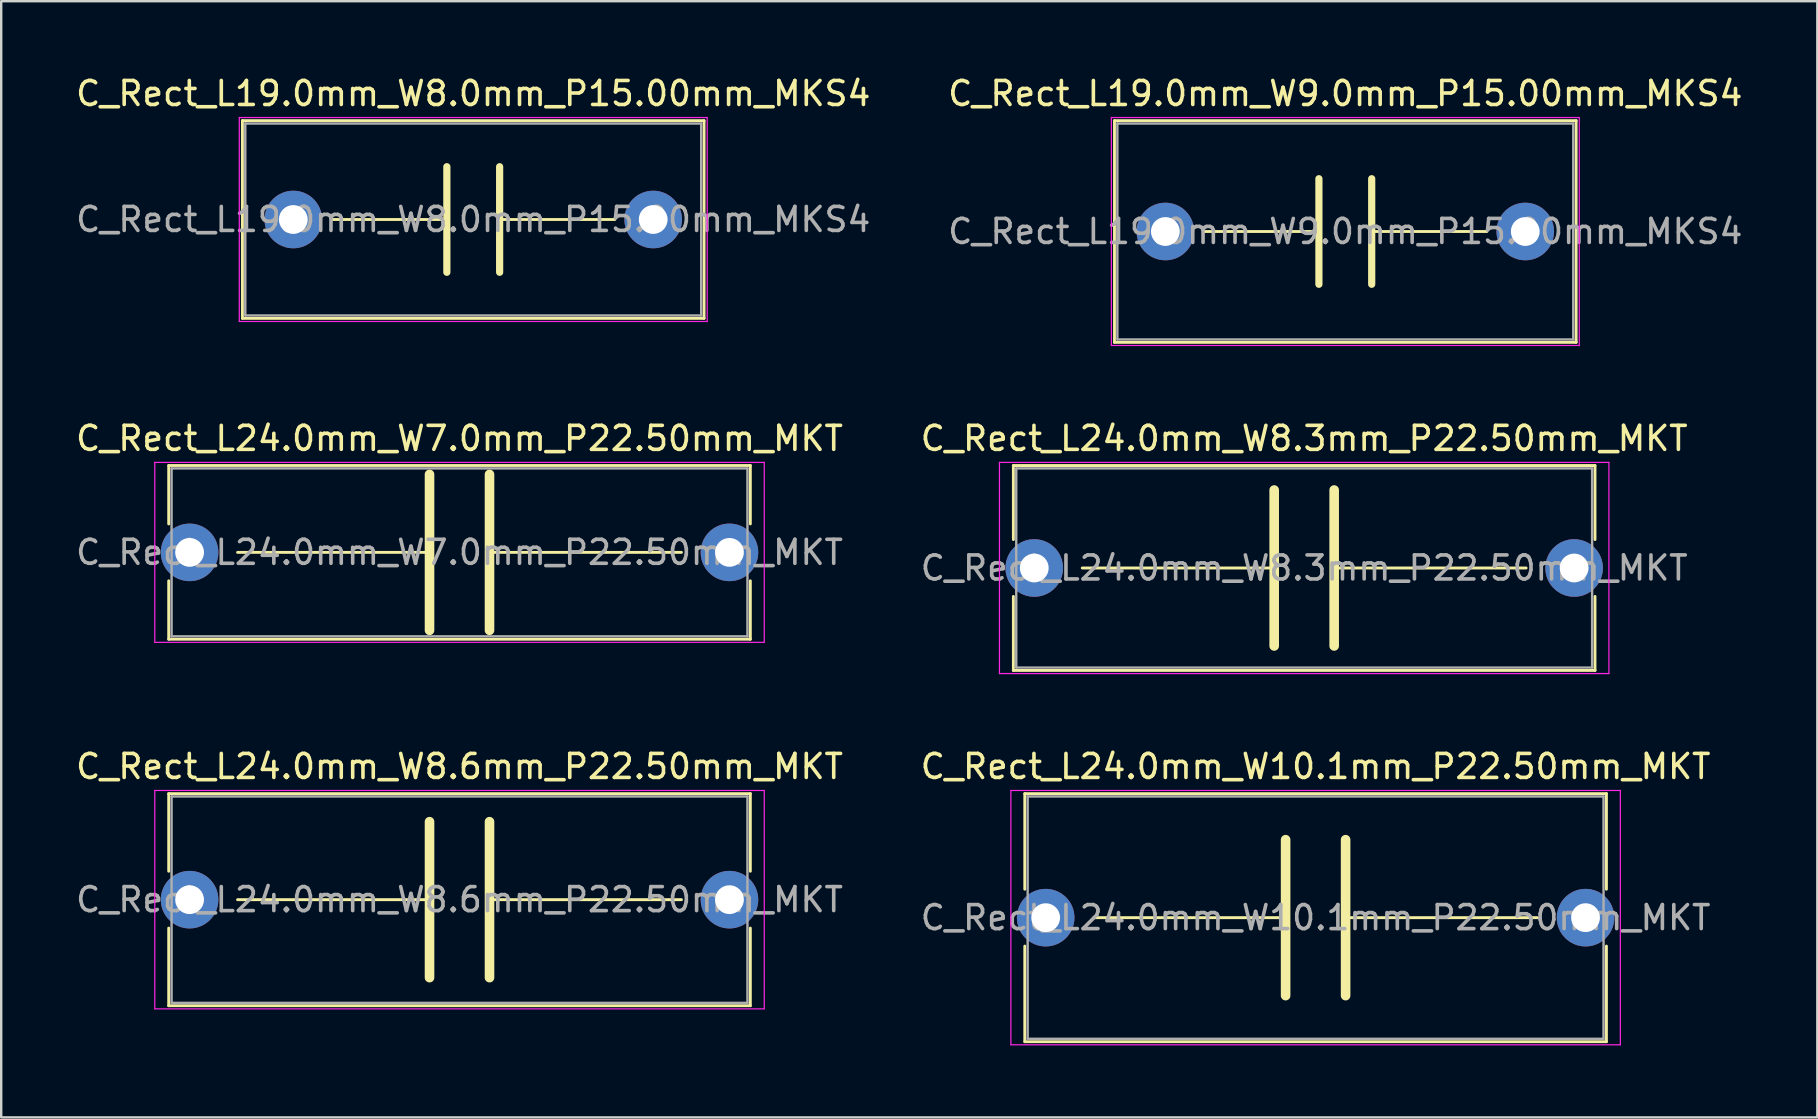
<source format=kicad_pcb>
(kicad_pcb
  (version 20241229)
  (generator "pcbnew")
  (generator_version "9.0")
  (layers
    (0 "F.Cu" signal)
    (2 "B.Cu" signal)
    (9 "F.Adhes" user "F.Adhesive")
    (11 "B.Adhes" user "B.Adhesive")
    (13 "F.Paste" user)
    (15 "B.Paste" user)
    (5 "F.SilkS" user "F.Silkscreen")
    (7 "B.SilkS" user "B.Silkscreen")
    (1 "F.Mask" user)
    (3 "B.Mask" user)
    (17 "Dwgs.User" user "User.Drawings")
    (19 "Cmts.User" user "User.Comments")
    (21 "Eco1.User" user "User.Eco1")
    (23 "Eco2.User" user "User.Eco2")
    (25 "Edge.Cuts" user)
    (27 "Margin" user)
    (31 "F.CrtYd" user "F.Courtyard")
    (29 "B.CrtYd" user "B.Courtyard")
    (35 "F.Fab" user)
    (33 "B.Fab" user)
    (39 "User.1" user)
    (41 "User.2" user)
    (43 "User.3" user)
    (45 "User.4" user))
  (footprint "C_Rect_L24.0mm_W7.0mm_P22.50mm_MKT"
    (layer "F.Cu")
    (at 4.851 19.971)
    (property "Reference" "C_Rect_L24.0mm_W7.0mm_P22.50mm_MKT" (at 11.25 -4.75 0) (layer "F.SilkS") (effects (font (size 1 1) (thickness 0.15))))
    (attr through_hole)
    (fp_line (start -0.87 -3.62) (end -0.87 -1.185) (stroke (width 0.12) (type solid)) (layer "F.SilkS"))
    (fp_line (start -0.87 -3.62) (end 23.37 -3.62) (stroke (width 0.12) (type solid)) (layer "F.SilkS"))
    (fp_line (start -0.87 1.185) (end -0.87 3.62) (stroke (width 0.12) (type solid)) (layer "F.SilkS"))
    (fp_line (start -0.87 3.62) (end 23.37 3.62) (stroke (width 0.12) (type solid)) (layer "F.SilkS"))
    (fp_line (start 2 0) (end 10 0) (stroke (width 0.12) (type solid)) (layer "F.SilkS"))
    (fp_line (start 10 -3.25) (end 10 3.25) (stroke (width 0.4) (type solid)) (layer "F.SilkS"))
    (fp_line (start 12.5 -3.25) (end 12.5 3.25) (stroke (width 0.4) (type solid)) (layer "F.SilkS"))
    (fp_line (start 12.5 0) (end 20.5 0) (stroke (width 0.12) (type solid)) (layer "F.SilkS"))
    (fp_line (start 23.37 -3.62) (end 23.37 -1.185) (stroke (width 0.12) (type solid)) (layer "F.SilkS"))
    (fp_line (start 23.37 1.185) (end 23.37 3.62) (stroke (width 0.12) (type solid)) (layer "F.SilkS"))
    (fp_line (start -1.45 -3.75) (end -1.45 3.75) (stroke (width 0.05) (type solid)) (layer "F.CrtYd"))
    (fp_line (start -1.45 3.75) (end 23.95 3.75) (stroke (width 0.05) (type solid)) (layer "F.CrtYd"))
    (fp_line (start 23.95 -3.75) (end -1.45 -3.75) (stroke (width 0.05) (type solid)) (layer "F.CrtYd"))
    (fp_line (start 23.95 3.75) (end 23.95 -3.75) (stroke (width 0.05) (type solid)) (layer "F.CrtYd"))
    (fp_line (start -0.75 -3.5) (end -0.75 3.5) (stroke (width 0.1) (type solid)) (layer "F.Fab"))
    (fp_line (start -0.75 3.5) (end 23.25 3.5) (stroke (width 0.1) (type solid)) (layer "F.Fab"))
    (fp_line (start 23.25 -3.5) (end -0.75 -3.5) (stroke (width 0.1) (type solid)) (layer "F.Fab"))
    (fp_line (start 23.25 3.5) (end 23.25 -3.5) (stroke (width 0.1) (type solid)) (layer "F.Fab"))
    (fp_text user "${REFERENCE}" (at 11.25 0 0) (layer "F.Fab") (effects (font (size 1 1) (thickness 0.15))))
    (pad "1" thru_hole circle (at 0 0) (size 2.4 2.4) (drill 1.2) (layers "*.Cu" "*.Mask"))
    (pad "2" thru_hole circle (at 22.5 0) (size 2.4 2.4) (drill 1.2) (layers "*.Cu" "*.Mask")))
  (footprint "C_Rect_L19.0mm_W9.0mm_P15.00mm_MKS4"
    (layer "F.Cu")
    (at 45.518 6.598)
    (property "Reference" "C_Rect_L19.0mm_W9.0mm_P15.00mm_MKS4" (at 7.5 -5.75 0) (layer "F.SilkS") (effects (font (size 1 1) (thickness 0.15))))
    (attr through_hole)
    (fp_line (start -2.12 -4.62) (end -2.12 4.62) (stroke (width 0.12) (type solid)) (layer "F.SilkS"))
    (fp_line (start -2.12 -4.62) (end 17.12 -4.62) (stroke (width 0.12) (type solid)) (layer "F.SilkS"))
    (fp_line (start -2.12 4.62) (end 17.12 4.62) (stroke (width 0.12) (type solid)) (layer "F.SilkS"))
    (fp_line (start 1.6 0) (end 6.4 0) (stroke (width 0.12) (type solid)) (layer "F.SilkS"))
    (fp_line (start 6.4 -2.2) (end 6.4 2.2) (stroke (width 0.3) (type solid)) (layer "F.SilkS"))
    (fp_line (start 8.6 -2.2) (end 8.6 2.2) (stroke (width 0.3) (type solid)) (layer "F.SilkS"))
    (fp_line (start 8.6 0) (end 13.4 0) (stroke (width 0.12) (type solid)) (layer "F.SilkS"))
    (fp_line (start 17.12 -4.62) (end 17.12 4.62) (stroke (width 0.12) (type solid)) (layer "F.SilkS"))
    (fp_line (start -2.25 -4.75) (end -2.25 4.75) (stroke (width 0.05) (type solid)) (layer "F.CrtYd"))
    (fp_line (start -2.25 4.75) (end 17.25 4.75) (stroke (width 0.05) (type solid)) (layer "F.CrtYd"))
    (fp_line (start 17.25 -4.75) (end -2.25 -4.75) (stroke (width 0.05) (type solid)) (layer "F.CrtYd"))
    (fp_line (start 17.25 4.75) (end 17.25 -4.75) (stroke (width 0.05) (type solid)) (layer "F.CrtYd"))
    (fp_line (start -2 -4.5) (end -2 4.5) (stroke (width 0.1) (type solid)) (layer "F.Fab"))
    (fp_line (start -2 4.5) (end 17 4.5) (stroke (width 0.1) (type solid)) (layer "F.Fab"))
    (fp_line (start 17 -4.5) (end -2 -4.5) (stroke (width 0.1) (type solid)) (layer "F.Fab"))
    (fp_line (start 17 4.5) (end 17 -4.5) (stroke (width 0.1) (type solid)) (layer "F.Fab"))
    (fp_text user "${REFERENCE}" (at 7.5 0 0) (layer "F.Fab") (effects (font (size 1 1) (thickness 0.15))))
    (pad "1" thru_hole circle (at 0 0) (size 2.4 2.4) (drill 1.2) (layers "*.Cu" "*.Mask"))
    (pad "2" thru_hole circle (at 15 0) (size 2.4 2.4) (drill 1.2) (layers "*.Cu" "*.Mask")))
  (footprint "C_Rect_L24.0mm_W10.1mm_P22.50mm_MKT"
    (layer "F.Cu")
    (at 40.53 35.195)
    (property "Reference" "C_Rect_L24.0mm_W10.1mm_P22.50mm_MKT" (at 11.25 -6.3 0) (layer "F.SilkS") (effects (font (size 1 1) (thickness 0.15))))
    (attr through_hole)
    (fp_line (start -0.87 -5.17) (end -0.87 -1.185) (stroke (width 0.12) (type solid)) (layer "F.SilkS"))
    (fp_line (start -0.87 -5.17) (end 23.37 -5.17) (stroke (width 0.12) (type solid)) (layer "F.SilkS"))
    (fp_line (start -0.87 1.185) (end -0.87 5.17) (stroke (width 0.12) (type solid)) (layer "F.SilkS"))
    (fp_line (start -0.87 5.17) (end 23.37 5.17) (stroke (width 0.12) (type solid)) (layer "F.SilkS"))
    (fp_line (start 2 0) (end 10 0) (stroke (width 0.12) (type solid)) (layer "F.SilkS"))
    (fp_line (start 10 -3.25) (end 10 3.25) (stroke (width 0.4) (type solid)) (layer "F.SilkS"))
    (fp_line (start 12.5 -3.25) (end 12.5 3.25) (stroke (width 0.4) (type solid)) (layer "F.SilkS"))
    (fp_line (start 12.5 0) (end 20.5 0) (stroke (width 0.12) (type solid)) (layer "F.SilkS"))
    (fp_line (start 23.37 -5.17) (end 23.37 -1.185) (stroke (width 0.12) (type solid)) (layer "F.SilkS"))
    (fp_line (start 23.37 1.185) (end 23.37 5.17) (stroke (width 0.12) (type solid)) (layer "F.SilkS"))
    (fp_line (start -1.45 -5.3) (end -1.45 5.3) (stroke (width 0.05) (type solid)) (layer "F.CrtYd"))
    (fp_line (start -1.45 5.3) (end 23.95 5.3) (stroke (width 0.05) (type solid)) (layer "F.CrtYd"))
    (fp_line (start 23.95 -5.3) (end -1.45 -5.3) (stroke (width 0.05) (type solid)) (layer "F.CrtYd"))
    (fp_line (start 23.95 5.3) (end 23.95 -5.3) (stroke (width 0.05) (type solid)) (layer "F.CrtYd"))
    (fp_line (start -0.75 -5.05) (end -0.75 5.05) (stroke (width 0.1) (type solid)) (layer "F.Fab"))
    (fp_line (start -0.75 5.05) (end 23.25 5.05) (stroke (width 0.1) (type solid)) (layer "F.Fab"))
    (fp_line (start 23.25 -5.05) (end -0.75 -5.05) (stroke (width 0.1) (type solid)) (layer "F.Fab"))
    (fp_line (start 23.25 5.05) (end 23.25 -5.05) (stroke (width 0.1) (type solid)) (layer "F.Fab"))
    (fp_text user "${REFERENCE}" (at 11.25 0 0) (layer "F.Fab") (effects (font (size 1 1) (thickness 0.15))))
    (pad "1" thru_hole circle (at 0 0) (size 2.4 2.4) (drill 1.2) (layers "*.Cu" "*.Mask"))
    (pad "2" thru_hole circle (at 22.5 0) (size 2.4 2.4) (drill 1.2) (layers "*.Cu" "*.Mask")))
  (footprint "C_Rect_L24.0mm_W8.6mm_P22.50mm_MKT"
    (layer "F.Cu")
    (at 4.851 34.445)
    (property "Reference" "C_Rect_L24.0mm_W8.6mm_P22.50mm_MKT" (at 11.25 -5.55 0) (layer "F.SilkS") (effects (font (size 1 1) (thickness 0.15))))
    (attr through_hole)
    (fp_line (start -0.87 -4.42) (end -0.87 -1.185) (stroke (width 0.12) (type solid)) (layer "F.SilkS"))
    (fp_line (start -0.87 -4.42) (end 23.37 -4.42) (stroke (width 0.12) (type solid)) (layer "F.SilkS"))
    (fp_line (start -0.87 1.185) (end -0.87 4.42) (stroke (width 0.12) (type solid)) (layer "F.SilkS"))
    (fp_line (start -0.87 4.42) (end 23.37 4.42) (stroke (width 0.12) (type solid)) (layer "F.SilkS"))
    (fp_line (start 2 0) (end 10 0) (stroke (width 0.12) (type solid)) (layer "F.SilkS"))
    (fp_line (start 10 -3.25) (end 10 3.25) (stroke (width 0.4) (type solid)) (layer "F.SilkS"))
    (fp_line (start 12.5 -3.25) (end 12.5 3.25) (stroke (width 0.4) (type solid)) (layer "F.SilkS"))
    (fp_line (start 12.5 0) (end 20.5 0) (stroke (width 0.12) (type solid)) (layer "F.SilkS"))
    (fp_line (start 23.37 -4.42) (end 23.37 -1.185) (stroke (width 0.12) (type solid)) (layer "F.SilkS"))
    (fp_line (start 23.37 1.185) (end 23.37 4.42) (stroke (width 0.12) (type solid)) (layer "F.SilkS"))
    (fp_line (start -1.45 -4.55) (end -1.45 4.55) (stroke (width 0.05) (type solid)) (layer "F.CrtYd"))
    (fp_line (start -1.45 4.55) (end 23.95 4.55) (stroke (width 0.05) (type solid)) (layer "F.CrtYd"))
    (fp_line (start 23.95 -4.55) (end -1.45 -4.55) (stroke (width 0.05) (type solid)) (layer "F.CrtYd"))
    (fp_line (start 23.95 4.55) (end 23.95 -4.55) (stroke (width 0.05) (type solid)) (layer "F.CrtYd"))
    (fp_line (start -0.75 -4.3) (end -0.75 4.3) (stroke (width 0.1) (type solid)) (layer "F.Fab"))
    (fp_line (start -0.75 4.3) (end 23.25 4.3) (stroke (width 0.1) (type solid)) (layer "F.Fab"))
    (fp_line (start 23.25 -4.3) (end -0.75 -4.3) (stroke (width 0.1) (type solid)) (layer "F.Fab"))
    (fp_line (start 23.25 4.3) (end 23.25 -4.3) (stroke (width 0.1) (type solid)) (layer "F.Fab"))
    (fp_text user "${REFERENCE}" (at 11.25 0 0) (layer "F.Fab") (effects (font (size 1 1) (thickness 0.15))))
    (pad "1" thru_hole circle (at 0 0) (size 2.4 2.4) (drill 1.2) (layers "*.Cu" "*.Mask"))
    (pad "2" thru_hole circle (at 22.5 0) (size 2.4 2.4) (drill 1.2) (layers "*.Cu" "*.Mask")))
  (footprint "C_Rect_L24.0mm_W8.3mm_P22.50mm_MKT"
    (layer "F.Cu")
    (at 40.054 20.622)
    (property "Reference" "C_Rect_L24.0mm_W8.3mm_P22.50mm_MKT" (at 11.25 -5.4 0) (layer "F.SilkS") (effects (font (size 1 1) (thickness 0.15))))
    (attr through_hole)
    (fp_line (start -0.87 -4.27) (end -0.87 -1.185) (stroke (width 0.12) (type solid)) (layer "F.SilkS"))
    (fp_line (start -0.87 -4.27) (end 23.37 -4.27) (stroke (width 0.12) (type solid)) (layer "F.SilkS"))
    (fp_line (start -0.87 1.185) (end -0.87 4.27) (stroke (width 0.12) (type solid)) (layer "F.SilkS"))
    (fp_line (start -0.87 4.27) (end 23.37 4.27) (stroke (width 0.12) (type solid)) (layer "F.SilkS"))
    (fp_line (start 2 0) (end 10 0) (stroke (width 0.12) (type solid)) (layer "F.SilkS"))
    (fp_line (start 10 -3.25) (end 10 3.25) (stroke (width 0.4) (type solid)) (layer "F.SilkS"))
    (fp_line (start 12.5 -3.25) (end 12.5 3.25) (stroke (width 0.4) (type solid)) (layer "F.SilkS"))
    (fp_line (start 12.5 0) (end 20.5 0) (stroke (width 0.12) (type solid)) (layer "F.SilkS"))
    (fp_line (start 23.37 -4.27) (end 23.37 -1.185) (stroke (width 0.12) (type solid)) (layer "F.SilkS"))
    (fp_line (start 23.37 1.185) (end 23.37 4.27) (stroke (width 0.12) (type solid)) (layer "F.SilkS"))
    (fp_line (start -1.45 -4.4) (end -1.45 4.4) (stroke (width 0.05) (type solid)) (layer "F.CrtYd"))
    (fp_line (start -1.45 4.4) (end 23.95 4.4) (stroke (width 0.05) (type solid)) (layer "F.CrtYd"))
    (fp_line (start 23.95 -4.4) (end -1.45 -4.4) (stroke (width 0.05) (type solid)) (layer "F.CrtYd"))
    (fp_line (start 23.95 4.4) (end 23.95 -4.4) (stroke (width 0.05) (type solid)) (layer "F.CrtYd"))
    (fp_line (start -0.75 -4.15) (end -0.75 4.15) (stroke (width 0.1) (type solid)) (layer "F.Fab"))
    (fp_line (start -0.75 4.15) (end 23.25 4.15) (stroke (width 0.1) (type solid)) (layer "F.Fab"))
    (fp_line (start 23.25 -4.15) (end -0.75 -4.15) (stroke (width 0.1) (type solid)) (layer "F.Fab"))
    (fp_line (start 23.25 4.15) (end 23.25 -4.15) (stroke (width 0.1) (type solid)) (layer "F.Fab"))
    (fp_text user "${REFERENCE}" (at 11.25 0 0) (layer "F.Fab") (effects (font (size 1 1) (thickness 0.15))))
    (pad "1" thru_hole circle (at 0 0) (size 2.4 2.4) (drill 1.2) (layers "*.Cu" "*.Mask"))
    (pad "2" thru_hole circle (at 22.5 0) (size 2.4 2.4) (drill 1.2) (layers "*.Cu" "*.Mask")))
  (footprint "C_Rect_L19.0mm_W8.0mm_P15.00mm_MKS4"
    (layer "F.Cu")
    (at 9.173 6.098)
    (property "Reference" "C_Rect_L19.0mm_W8.0mm_P15.00mm_MKS4" (at 7.5 -5.25 0) (layer "F.SilkS") (effects (font (size 1 1) (thickness 0.15))))
    (attr through_hole)
    (fp_line (start -2.12 -4.12) (end -2.12 4.12) (stroke (width 0.12) (type solid)) (layer "F.SilkS"))
    (fp_line (start -2.12 -4.12) (end 17.12 -4.12) (stroke (width 0.12) (type solid)) (layer "F.SilkS"))
    (fp_line (start -2.12 4.12) (end 17.12 4.12) (stroke (width 0.12) (type solid)) (layer "F.SilkS"))
    (fp_line (start 1.6 0) (end 6.4 0) (stroke (width 0.12) (type solid)) (layer "F.SilkS"))
    (fp_line (start 6.4 -2.2) (end 6.4 2.2) (stroke (width 0.3) (type solid)) (layer "F.SilkS"))
    (fp_line (start 8.6 -2.2) (end 8.6 2.2) (stroke (width 0.3) (type solid)) (layer "F.SilkS"))
    (fp_line (start 8.6 0) (end 13.4 0) (stroke (width 0.12) (type solid)) (layer "F.SilkS"))
    (fp_line (start 17.12 -4.12) (end 17.12 4.12) (stroke (width 0.12) (type solid)) (layer "F.SilkS"))
    (fp_line (start -2.25 -4.25) (end -2.25 4.25) (stroke (width 0.05) (type solid)) (layer "F.CrtYd"))
    (fp_line (start -2.25 4.25) (end 17.25 4.25) (stroke (width 0.05) (type solid)) (layer "F.CrtYd"))
    (fp_line (start 17.25 -4.25) (end -2.25 -4.25) (stroke (width 0.05) (type solid)) (layer "F.CrtYd"))
    (fp_line (start 17.25 4.25) (end 17.25 -4.25) (stroke (width 0.05) (type solid)) (layer "F.CrtYd"))
    (fp_line (start -2 -4) (end -2 4) (stroke (width 0.1) (type solid)) (layer "F.Fab"))
    (fp_line (start -2 4) (end 17 4) (stroke (width 0.1) (type solid)) (layer "F.Fab"))
    (fp_line (start 17 -4) (end -2 -4) (stroke (width 0.1) (type solid)) (layer "F.Fab"))
    (fp_line (start 17 4) (end 17 -4) (stroke (width 0.1) (type solid)) (layer "F.Fab"))
    (fp_text user "${REFERENCE}" (at 7.5 0 0) (layer "F.Fab") (effects (font (size 1 1) (thickness 0.15))))
    (pad "1" thru_hole circle (at 0 0) (size 2.4 2.4) (drill 1.2) (layers "*.Cu" "*.Mask"))
    (pad "2" thru_hole circle (at 15 0) (size 2.4 2.4) (drill 1.2) (layers "*.Cu" "*.Mask")))
  (gr_rect
    (start -3 -3)
    (end 72.69 43.52)
    (stroke (width 0.1) (type default))
    (fill no)
    (layer "Edge.Cuts")))
</source>
